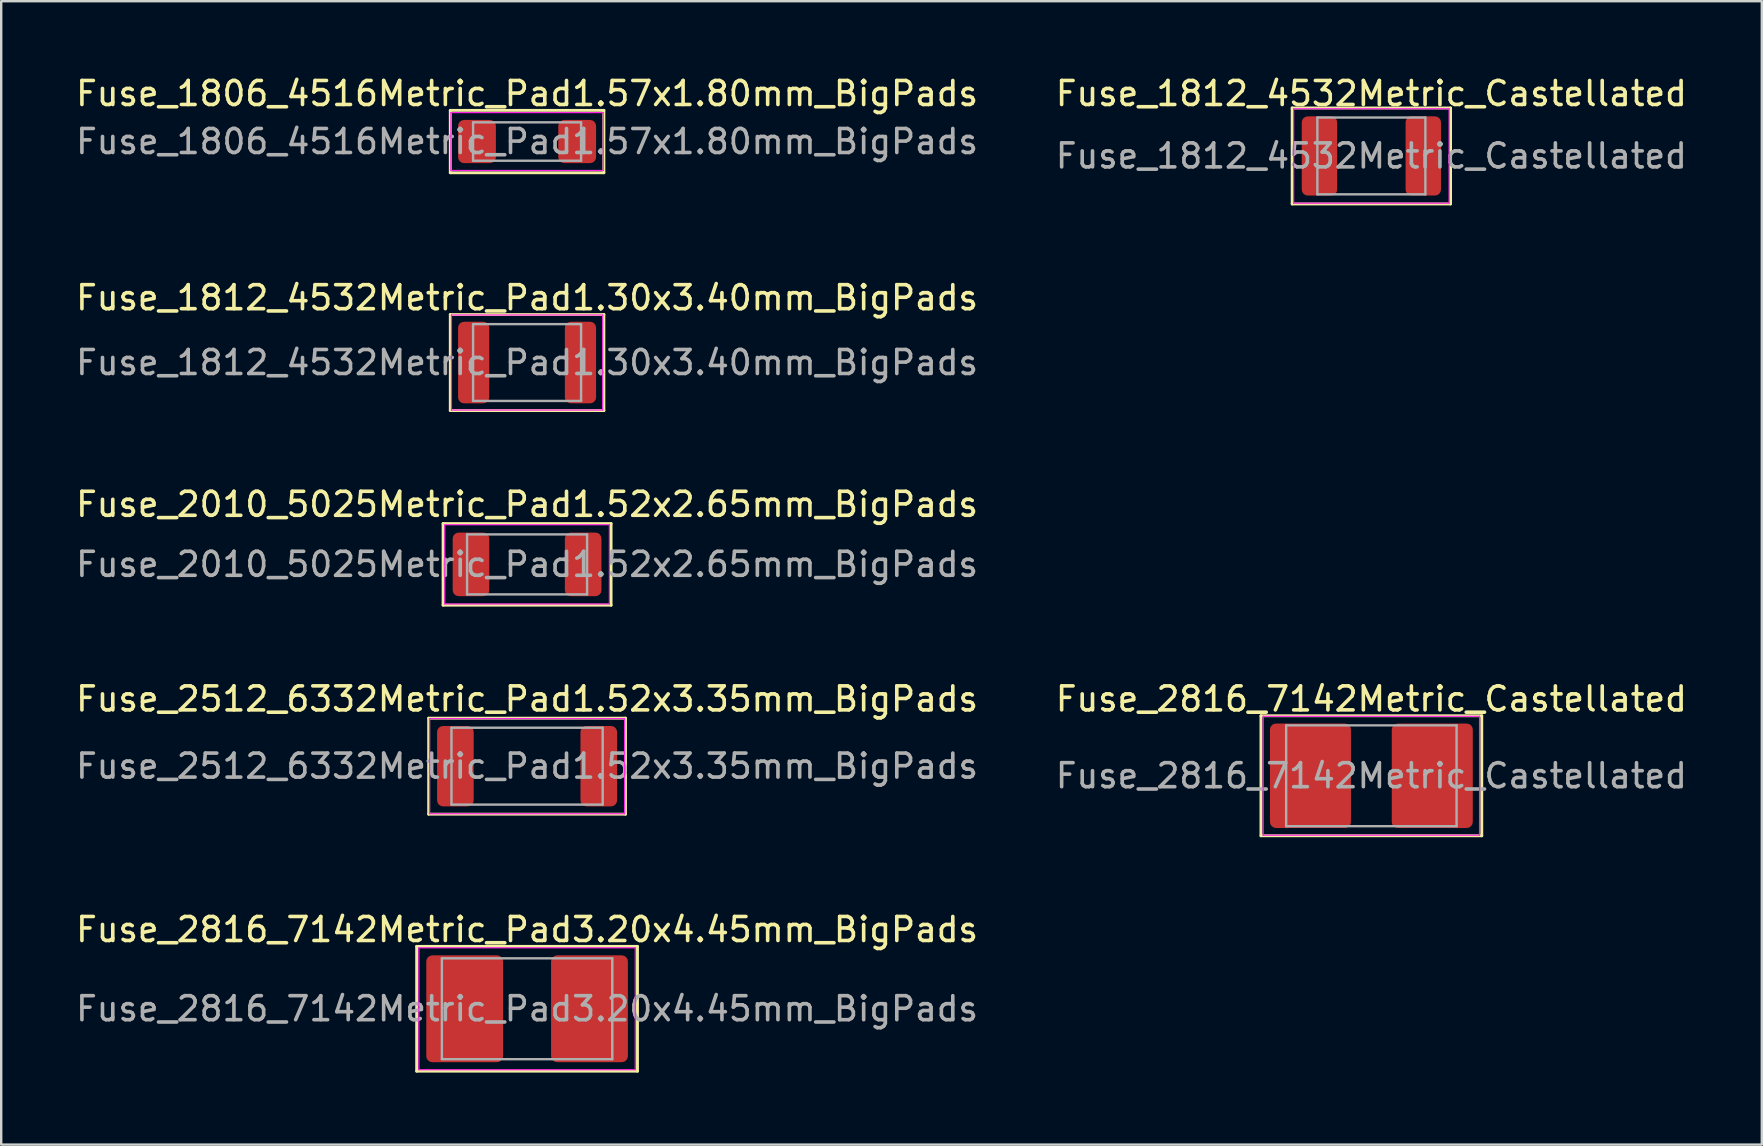
<source format=kicad_pcb>
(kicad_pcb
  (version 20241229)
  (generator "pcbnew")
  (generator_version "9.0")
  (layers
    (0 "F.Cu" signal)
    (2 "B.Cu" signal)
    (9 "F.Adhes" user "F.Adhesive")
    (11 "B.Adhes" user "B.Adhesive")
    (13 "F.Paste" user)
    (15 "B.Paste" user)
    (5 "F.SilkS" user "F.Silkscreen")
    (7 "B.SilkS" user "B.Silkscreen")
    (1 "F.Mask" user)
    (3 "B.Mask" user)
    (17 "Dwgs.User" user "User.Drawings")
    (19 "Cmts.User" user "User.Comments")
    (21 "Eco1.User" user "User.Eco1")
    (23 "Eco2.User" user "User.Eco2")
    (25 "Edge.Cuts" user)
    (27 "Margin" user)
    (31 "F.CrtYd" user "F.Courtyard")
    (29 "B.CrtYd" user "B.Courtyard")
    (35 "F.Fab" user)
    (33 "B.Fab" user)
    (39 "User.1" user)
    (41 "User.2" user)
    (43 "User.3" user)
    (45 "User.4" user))
  (footprint "Fuse_2010_5025Metric_Pad1.52x2.65mm_BigPads"
    (layer "F.Cu")
    (at 18.911 20.465)
    (property "Reference" "Fuse_2010_5025Metric_Pad1.52x2.65mm_BigPads" (at 0 -2.5 0) (layer "F.SilkS") (effects (font (size 1 1) (thickness 0.15))))
    (attr smd)
    (fp_line (start -3.5 -1.7) (end -3.5 1.7) (stroke (width 0.12) (type solid)) (layer "F.SilkS"))
    (fp_line (start -3.5 1.7) (end 3.5 1.7) (stroke (width 0.12) (type solid)) (layer "F.SilkS"))
    (fp_line (start 3.5 -1.7) (end -3.5 -1.7) (stroke (width 0.12) (type solid)) (layer "F.SilkS"))
    (fp_line (start 3.5 1.7) (end 3.5 -1.7) (stroke (width 0.12) (type solid)) (layer "F.SilkS"))
    (fp_line (start -3.429 -1.651) (end 3.429 -1.651) (stroke (width 0.05) (type solid)) (layer "F.CrtYd"))
    (fp_line (start -3.429 1.651) (end -3.429 -1.651) (stroke (width 0.05) (type solid)) (layer "F.CrtYd"))
    (fp_line (start 3.429 -1.651) (end 3.429 1.651) (stroke (width 0.05) (type solid)) (layer "F.CrtYd"))
    (fp_line (start 3.429 1.651) (end -3.429 1.651) (stroke (width 0.05) (type solid)) (layer "F.CrtYd"))
    (fp_line (start -2.5 -1.25) (end 2.5 -1.25) (stroke (width 0.1) (type solid)) (layer "F.Fab"))
    (fp_line (start -2.5 1.25) (end -2.5 -1.25) (stroke (width 0.1) (type solid)) (layer "F.Fab"))
    (fp_line (start 2.5 -1.25) (end 2.5 1.25) (stroke (width 0.1) (type solid)) (layer "F.Fab"))
    (fp_line (start 2.5 1.25) (end -2.5 1.25) (stroke (width 0.1) (type solid)) (layer "F.Fab"))
    (fp_text user "${REFERENCE}" (at 0 0 0) (layer "F.Fab") (effects (font (size 1 1) (thickness 0.15))))
    (pad "1" smd roundrect (at -2.337 0) (size 1.525 2.65) (layers "F.Cu" "F.Mask" "F.Paste") (roundrect_rratio 0.164))
    (pad "2" smd roundrect (at 2.337 0) (size 1.525 2.65) (layers "F.Cu" "F.Mask" "F.Paste") (roundrect_rratio 0.164)))
  (footprint "Fuse_1812_4532Metric_Castellated"
    (layer "F.Cu")
    (at 54.089 3.448)
    (property "Reference" "Fuse_1812_4532Metric_Castellated" (at 0 -2.6 0) (layer "F.SilkS") (effects (font (size 1 1) (thickness 0.15))))
    (attr smd)
    (fp_line (start -3.3 -2) (end -3.3 2) (stroke (width 0.12) (type solid)) (layer "F.SilkS"))
    (fp_line (start -3.3 2) (end 3.3 2) (stroke (width 0.12) (type solid)) (layer "F.SilkS"))
    (fp_line (start 3.3 -2) (end -3.3 -2) (stroke (width 0.12) (type solid)) (layer "F.SilkS"))
    (fp_line (start 3.3 2) (end 3.3 -2) (stroke (width 0.12) (type solid)) (layer "F.SilkS"))
    (fp_line (start -3.239 -1.968) (end 3.239 -1.968) (stroke (width 0.05) (type solid)) (layer "F.CrtYd"))
    (fp_line (start -3.239 1.968) (end -3.239 -1.968) (stroke (width 0.05) (type solid)) (layer "F.CrtYd"))
    (fp_line (start 3.239 -1.968) (end 3.239 1.968) (stroke (width 0.05) (type solid)) (layer "F.CrtYd"))
    (fp_line (start 3.239 1.968) (end -3.239 1.968) (stroke (width 0.05) (type solid)) (layer "F.CrtYd"))
    (fp_line (start -2.25 -1.6) (end 2.25 -1.6) (stroke (width 0.1) (type solid)) (layer "F.Fab"))
    (fp_line (start -2.25 1.6) (end -2.25 -1.6) (stroke (width 0.1) (type solid)) (layer "F.Fab"))
    (fp_line (start 2.25 -1.6) (end 2.25 1.6) (stroke (width 0.1) (type solid)) (layer "F.Fab"))
    (fp_line (start 2.25 1.6) (end -2.25 1.6) (stroke (width 0.1) (type solid)) (layer "F.Fab"))
    (fp_text user "${REFERENCE}" (at 0 0 0) (layer "F.Fab") (effects (font (size 1 1) (thickness 0.15))))
    (pad "1" smd roundrect (at -2.163 0) (size 1.475 3.3) (layers "F.Cu" "F.Mask" "F.Paste") (roundrect_rratio 0.169))
    (pad "2" smd roundrect (at 2.163 0) (size 1.475 3.3) (layers "F.Cu" "F.Mask" "F.Paste") (roundrect_rratio 0.169)))
  (footprint "Fuse_2512_6332Metric_Pad1.52x3.35mm_BigPads"
    (layer "F.Cu")
    (at 18.911 28.873)
    (property "Reference" "Fuse_2512_6332Metric_Pad1.52x3.35mm_BigPads" (at 0 -2.8 0) (layer "F.SilkS") (effects (font (size 1 1) (thickness 0.15))))
    (attr smd)
    (fp_line (start -4.1 -2) (end -4.1 2) (stroke (width 0.12) (type solid)) (layer "F.SilkS"))
    (fp_line (start -4.1 2) (end 4.1 2) (stroke (width 0.12) (type solid)) (layer "F.SilkS"))
    (fp_line (start 4.1 -2) (end -4.1 -2) (stroke (width 0.12) (type solid)) (layer "F.SilkS"))
    (fp_line (start 4.1 2) (end 4.1 -2) (stroke (width 0.12) (type solid)) (layer "F.SilkS"))
    (fp_line (start -4.064 -1.981) (end 4.064 -1.981) (stroke (width 0.05) (type solid)) (layer "F.CrtYd"))
    (fp_line (start -4.064 1.981) (end -4.064 -1.981) (stroke (width 0.05) (type solid)) (layer "F.CrtYd"))
    (fp_line (start 4.064 -1.981) (end 4.064 1.981) (stroke (width 0.05) (type solid)) (layer "F.CrtYd"))
    (fp_line (start 4.064 1.981) (end -4.064 1.981) (stroke (width 0.05) (type solid)) (layer "F.CrtYd"))
    (fp_line (start -3.15 -1.6) (end 3.15 -1.6) (stroke (width 0.1) (type solid)) (layer "F.Fab"))
    (fp_line (start -3.15 1.6) (end -3.15 -1.6) (stroke (width 0.1) (type solid)) (layer "F.Fab"))
    (fp_line (start 3.15 -1.6) (end 3.15 1.6) (stroke (width 0.1) (type solid)) (layer "F.Fab"))
    (fp_line (start 3.15 1.6) (end -3.15 1.6) (stroke (width 0.1) (type solid)) (layer "F.Fab"))
    (fp_text user "${REFERENCE}" (at 0 0 0) (layer "F.Fab") (effects (font (size 1 1) (thickness 0.15))))
    (pad "1" smd roundrect (at -2.987 0) (size 1.525 3.35) (layers "F.Cu" "F.Mask" "F.Paste") (roundrect_rratio 0.164))
    (pad "2" smd roundrect (at 2.987 0) (size 1.525 3.35) (layers "F.Cu" "F.Mask" "F.Paste") (roundrect_rratio 0.164)))
  (footprint "Fuse_2816_7142Metric_Pad3.20x4.45mm_BigPads"
    (layer "F.Cu")
    (at 18.911 38.981)
    (property "Reference" "Fuse_2816_7142Metric_Pad3.20x4.45mm_BigPads" (at 0 -3.3 0) (layer "F.SilkS") (effects (font (size 1 1) (thickness 0.15))))
    (attr smd)
    (fp_line (start -4.6 -2.6) (end -4.6 2.6) (stroke (width 0.12) (type solid)) (layer "F.SilkS"))
    (fp_line (start -4.6 2.6) (end 4.6 2.6) (stroke (width 0.12) (type solid)) (layer "F.SilkS"))
    (fp_line (start 4.6 -2.6) (end -4.6 -2.6) (stroke (width 0.12) (type solid)) (layer "F.SilkS"))
    (fp_line (start 4.6 2.6) (end 4.6 -2.6) (stroke (width 0.12) (type solid)) (layer "F.SilkS"))
    (fp_line (start -4.508 -2.54) (end 4.508 -2.54) (stroke (width 0.05) (type solid)) (layer "F.CrtYd"))
    (fp_line (start -4.508 2.54) (end -4.508 -2.54) (stroke (width 0.05) (type solid)) (layer "F.CrtYd"))
    (fp_line (start 4.508 -2.54) (end 4.508 2.54) (stroke (width 0.05) (type solid)) (layer "F.CrtYd"))
    (fp_line (start 4.508 2.54) (end -4.508 2.54) (stroke (width 0.05) (type solid)) (layer "F.CrtYd"))
    (fp_line (start -3.55 -2.1) (end 3.55 -2.1) (stroke (width 0.1) (type solid)) (layer "F.Fab"))
    (fp_line (start -3.55 2.1) (end -3.55 -2.1) (stroke (width 0.1) (type solid)) (layer "F.Fab"))
    (fp_line (start 3.55 -2.1) (end 3.55 2.1) (stroke (width 0.1) (type solid)) (layer "F.Fab"))
    (fp_line (start 3.55 2.1) (end -3.55 2.1) (stroke (width 0.1) (type solid)) (layer "F.Fab"))
    (fp_text user "${REFERENCE}" (at 0 0 0) (layer "F.Fab") (effects (font (size 1 1) (thickness 0.15))))
    (pad "1" smd roundrect (at -2.6 0) (size 3.2 4.45) (layers "F.Cu" "F.Mask" "F.Paste") (roundrect_rratio 0.078))
    (pad "2" smd roundrect (at 2.6 0) (size 3.2 4.45) (layers "F.Cu" "F.Mask" "F.Paste") (roundrect_rratio 0.078)))
  (footprint "Fuse_1806_4516Metric_Pad1.57x1.80mm_BigPads"
    (layer "F.Cu")
    (at 18.911 2.848)
    (property "Reference" "Fuse_1806_4516Metric_Pad1.57x1.80mm_BigPads" (at 0 -2 0) (layer "F.SilkS") (effects (font (size 1 1) (thickness 0.15))))
    (attr smd)
    (fp_line (start -3.2 -1.3) (end -3.2 1.3) (stroke (width 0.12) (type solid)) (layer "F.SilkS"))
    (fp_line (start -3.2 1.3) (end 3.2 1.3) (stroke (width 0.12) (type solid)) (layer "F.SilkS"))
    (fp_line (start 3.2 -1.3) (end -3.2 -1.3) (stroke (width 0.12) (type solid)) (layer "F.SilkS"))
    (fp_line (start 3.2 1.3) (end 3.2 -1.3) (stroke (width 0.12) (type solid)) (layer "F.SilkS"))
    (fp_line (start -3.175 -1.206) (end 3.175 -1.206) (stroke (width 0.05) (type solid)) (layer "F.CrtYd"))
    (fp_line (start -3.175 1.206) (end -3.175 -1.206) (stroke (width 0.05) (type solid)) (layer "F.CrtYd"))
    (fp_line (start 3.175 -1.206) (end 3.175 1.206) (stroke (width 0.05) (type solid)) (layer "F.CrtYd"))
    (fp_line (start 3.175 1.206) (end -3.175 1.206) (stroke (width 0.05) (type solid)) (layer "F.CrtYd"))
    (fp_line (start -2.25 -0.8) (end 2.25 -0.8) (stroke (width 0.1) (type solid)) (layer "F.Fab"))
    (fp_line (start -2.25 0.8) (end -2.25 -0.8) (stroke (width 0.1) (type solid)) (layer "F.Fab"))
    (fp_line (start 2.25 -0.8) (end 2.25 0.8) (stroke (width 0.1) (type solid)) (layer "F.Fab"))
    (fp_line (start 2.25 0.8) (end -2.25 0.8) (stroke (width 0.1) (type solid)) (layer "F.Fab"))
    (fp_text user "${REFERENCE}" (at 0 0 0) (layer "F.Fab") (effects (font (size 1 1) (thickness 0.15))))
    (pad "1" smd roundrect (at -2.087 0) (size 1.575 1.8) (layers "F.Cu" "F.Mask" "F.Paste") (roundrect_rratio 0.159))
    (pad "2" smd roundrect (at 2.087 0) (size 1.575 1.8) (layers "F.Cu" "F.Mask" "F.Paste") (roundrect_rratio 0.159)))
  (footprint "Fuse_1812_4532Metric_Pad1.30x3.40mm_BigPads"
    (layer "F.Cu")
    (at 18.911 12.056)
    (property "Reference" "Fuse_1812_4532Metric_Pad1.30x3.40mm_BigPads" (at 0 -2.7 0) (layer "F.SilkS") (effects (font (size 1 1) (thickness 0.15))))
    (attr smd)
    (fp_line (start -3.2 -2) (end -3.2 2) (stroke (width 0.12) (type solid)) (layer "F.SilkS"))
    (fp_line (start -3.2 2) (end 3.2 2) (stroke (width 0.12) (type solid)) (layer "F.SilkS"))
    (fp_line (start 3.2 -2) (end -3.2 -2) (stroke (width 0.12) (type solid)) (layer "F.SilkS"))
    (fp_line (start 3.2 2) (end 3.2 -2) (stroke (width 0.12) (type solid)) (layer "F.SilkS"))
    (fp_line (start -3.15 -1.981) (end 3.15 -1.981) (stroke (width 0.05) (type solid)) (layer "F.CrtYd"))
    (fp_line (start -3.15 1.981) (end -3.15 -1.981) (stroke (width 0.05) (type solid)) (layer "F.CrtYd"))
    (fp_line (start 3.15 -1.981) (end 3.15 1.981) (stroke (width 0.05) (type solid)) (layer "F.CrtYd"))
    (fp_line (start 3.15 1.981) (end -3.15 1.981) (stroke (width 0.05) (type solid)) (layer "F.CrtYd"))
    (fp_line (start -2.25 -1.6) (end 2.25 -1.6) (stroke (width 0.1) (type solid)) (layer "F.Fab"))
    (fp_line (start -2.25 1.6) (end -2.25 -1.6) (stroke (width 0.1) (type solid)) (layer "F.Fab"))
    (fp_line (start 2.25 -1.6) (end 2.25 1.6) (stroke (width 0.1) (type solid)) (layer "F.Fab"))
    (fp_line (start 2.25 1.6) (end -2.25 1.6) (stroke (width 0.1) (type solid)) (layer "F.Fab"))
    (fp_text user "${REFERENCE}" (at 0 0 0) (layer "F.Fab") (effects (font (size 1 1) (thickness 0.15))))
    (pad "1" smd roundrect (at -2.225 0) (size 1.3 3.4) (layers "F.Cu" "F.Mask" "F.Paste") (roundrect_rratio 0.192))
    (pad "2" smd roundrect (at 2.225 0) (size 1.3 3.4) (layers "F.Cu" "F.Mask" "F.Paste") (roundrect_rratio 0.192)))
  (footprint "Fuse_2816_7142Metric_Castellated"
    (layer "F.Cu")
    (at 54.089 29.273)
    (property "Reference" "Fuse_2816_7142Metric_Castellated" (at 0 -3.2 0) (layer "F.SilkS") (effects (font (size 1 1) (thickness 0.15))))
    (attr smd)
    (fp_line (start -4.6 -2.5) (end -4.6 2.5) (stroke (width 0.12) (type solid)) (layer "F.SilkS"))
    (fp_line (start -4.6 2.5) (end 4.6 2.5) (stroke (width 0.12) (type solid)) (layer "F.SilkS"))
    (fp_line (start 4.6 -2.5) (end -4.6 -2.5) (stroke (width 0.12) (type solid)) (layer "F.SilkS"))
    (fp_line (start 4.6 2.5) (end 4.6 -2.5) (stroke (width 0.12) (type solid)) (layer "F.SilkS"))
    (fp_line (start -4.508 -2.477) (end 4.508 -2.477) (stroke (width 0.05) (type solid)) (layer "F.CrtYd"))
    (fp_line (start -4.508 2.477) (end -4.508 -2.477) (stroke (width 0.05) (type solid)) (layer "F.CrtYd"))
    (fp_line (start 4.508 -2.477) (end 4.508 2.477) (stroke (width 0.05) (type solid)) (layer "F.CrtYd"))
    (fp_line (start 4.508 2.477) (end -4.508 2.477) (stroke (width 0.05) (type solid)) (layer "F.CrtYd"))
    (fp_line (start -3.55 -2.1) (end 3.55 -2.1) (stroke (width 0.1) (type solid)) (layer "F.Fab"))
    (fp_line (start -3.55 2.1) (end -3.55 -2.1) (stroke (width 0.1) (type solid)) (layer "F.Fab"))
    (fp_line (start 3.55 -2.1) (end 3.55 2.1) (stroke (width 0.1) (type solid)) (layer "F.Fab"))
    (fp_line (start 3.55 2.1) (end -3.55 2.1) (stroke (width 0.1) (type solid)) (layer "F.Fab"))
    (fp_text user "${REFERENCE}" (at 0 0 0) (layer "F.Fab") (effects (font (size 1 1) (thickness 0.15))))
    (pad "1" smd roundrect (at -2.538 0) (size 3.375 4.35) (layers "F.Cu" "F.Mask" "F.Paste") (roundrect_rratio 0.074))
    (pad "2" smd roundrect (at 2.538 0) (size 3.375 4.35) (layers "F.Cu" "F.Mask" "F.Paste") (roundrect_rratio 0.074)))
  (gr_rect
    (start -3 -3)
    (end 70.357 44.641)
    (stroke (width 0.1) (type default))
    (fill no)
    (layer "Edge.Cuts")))
</source>
